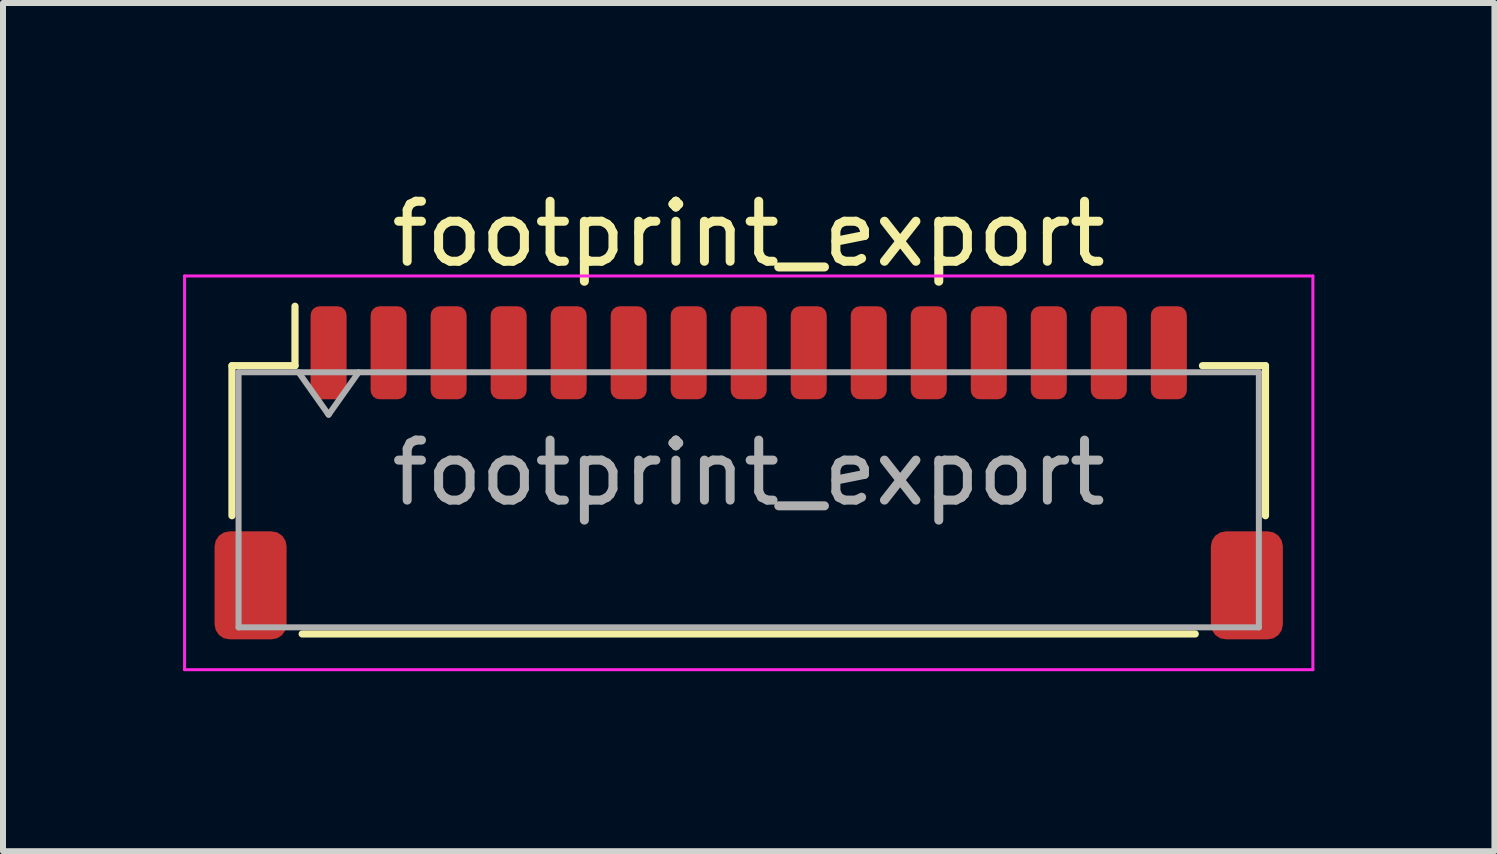
<source format=kicad_pcb>
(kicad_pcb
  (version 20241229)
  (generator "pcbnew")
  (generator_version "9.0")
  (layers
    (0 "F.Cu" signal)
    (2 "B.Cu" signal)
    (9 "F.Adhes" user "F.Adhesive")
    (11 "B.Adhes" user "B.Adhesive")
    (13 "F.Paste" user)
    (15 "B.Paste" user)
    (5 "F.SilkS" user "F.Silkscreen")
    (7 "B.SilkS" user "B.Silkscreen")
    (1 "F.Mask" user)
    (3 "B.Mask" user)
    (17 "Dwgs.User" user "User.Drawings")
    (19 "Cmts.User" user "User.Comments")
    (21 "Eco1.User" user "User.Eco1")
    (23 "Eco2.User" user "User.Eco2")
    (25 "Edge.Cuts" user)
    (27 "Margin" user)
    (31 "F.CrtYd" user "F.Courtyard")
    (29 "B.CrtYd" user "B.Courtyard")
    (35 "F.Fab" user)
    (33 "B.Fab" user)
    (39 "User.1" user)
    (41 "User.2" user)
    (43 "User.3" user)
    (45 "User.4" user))
  (footprint "footprint_export"
    (layer "F.Cu")
    (at 9.425 4.828)
    (property "Reference" "footprint_export" (at 0 -3.98 0) (layer "F.SilkS") (effects (font (size 1 1) (thickness 0.15))))
    (attr smd)
    (fp_line (start -8.61 -1.785) (end -7.56 -1.785) (stroke (width 0.12) (type solid)) (layer "F.SilkS"))
    (fp_line (start -8.61 0.715) (end -8.61 -1.785) (stroke (width 0.12) (type solid)) (layer "F.SilkS"))
    (fp_line (start -7.56 -1.785) (end -7.56 -2.775) (stroke (width 0.12) (type solid)) (layer "F.SilkS"))
    (fp_line (start -7.44 2.685) (end 7.44 2.685) (stroke (width 0.12) (type solid)) (layer "F.SilkS"))
    (fp_line (start 8.61 -1.785) (end 7.56 -1.785) (stroke (width 0.12) (type solid)) (layer "F.SilkS"))
    (fp_line (start 8.61 0.715) (end 8.61 -1.785) (stroke (width 0.12) (type solid)) (layer "F.SilkS"))
    (fp_line (start -9.4 -3.28) (end -9.4 3.28) (stroke (width 0.05) (type solid)) (layer "F.CrtYd"))
    (fp_line (start -9.4 3.28) (end 9.4 3.28) (stroke (width 0.05) (type solid)) (layer "F.CrtYd"))
    (fp_line (start 9.4 -3.28) (end -9.4 -3.28) (stroke (width 0.05) (type solid)) (layer "F.CrtYd"))
    (fp_line (start 9.4 3.28) (end 9.4 -3.28) (stroke (width 0.05) (type solid)) (layer "F.CrtYd"))
    (fp_line (start -8.5 -1.675) (end -8.5 2.575) (stroke (width 0.1) (type solid)) (layer "F.Fab"))
    (fp_line (start -8.5 -1.675) (end 8.5 -1.675) (stroke (width 0.1) (type solid)) (layer "F.Fab"))
    (fp_line (start -8.5 2.575) (end 8.5 2.575) (stroke (width 0.1) (type solid)) (layer "F.Fab"))
    (fp_line (start -7.5 -1.675) (end -7 -0.968) (stroke (width 0.1) (type solid)) (layer "F.Fab"))
    (fp_line (start -7 -0.968) (end -6.5 -1.675) (stroke (width 0.1) (type solid)) (layer "F.Fab"))
    (fp_line (start 8.5 -1.675) (end 8.5 2.575) (stroke (width 0.1) (type solid)) (layer "F.Fab"))
    (fp_text user "${REFERENCE}" (at 0 0 0) (layer "F.Fab") (effects (font (size 1 1) (thickness 0.15))))
    (pad "1" smd roundrect (at -7 -2) (size 0.6 1.55) (layers "F.Cu" "F.Mask" "F.Paste") (roundrect_rratio 0.25))
    (pad "2" smd roundrect (at -6 -2) (size 0.6 1.55) (layers "F.Cu" "F.Mask" "F.Paste") (roundrect_rratio 0.25))
    (pad "3" smd roundrect (at -5 -2) (size 0.6 1.55) (layers "F.Cu" "F.Mask" "F.Paste") (roundrect_rratio 0.25))
    (pad "4" smd roundrect (at -4 -2) (size 0.6 1.55) (layers "F.Cu" "F.Mask" "F.Paste") (roundrect_rratio 0.25))
    (pad "5" smd roundrect (at -3 -2) (size 0.6 1.55) (layers "F.Cu" "F.Mask" "F.Paste") (roundrect_rratio 0.25))
    (pad "6" smd roundrect (at -2 -2) (size 0.6 1.55) (layers "F.Cu" "F.Mask" "F.Paste") (roundrect_rratio 0.25))
    (pad "7" smd roundrect (at -1 -2) (size 0.6 1.55) (layers "F.Cu" "F.Mask" "F.Paste") (roundrect_rratio 0.25))
    (pad "8" smd roundrect (at 0 -2) (size 0.6 1.55) (layers "F.Cu" "F.Mask" "F.Paste") (roundrect_rratio 0.25))
    (pad "9" smd roundrect (at 1 -2) (size 0.6 1.55) (layers "F.Cu" "F.Mask" "F.Paste") (roundrect_rratio 0.25))
    (pad "10" smd roundrect (at 2 -2) (size 0.6 1.55) (layers "F.Cu" "F.Mask" "F.Paste") (roundrect_rratio 0.25))
    (pad "11" smd roundrect (at 3 -2) (size 0.6 1.55) (layers "F.Cu" "F.Mask" "F.Paste") (roundrect_rratio 0.25))
    (pad "12" smd roundrect (at 4 -2) (size 0.6 1.55) (layers "F.Cu" "F.Mask" "F.Paste") (roundrect_rratio 0.25))
    (pad "13" smd roundrect (at 5 -2) (size 0.6 1.55) (layers "F.Cu" "F.Mask" "F.Paste") (roundrect_rratio 0.25))
    (pad "14" smd roundrect (at 6 -2) (size 0.6 1.55) (layers "F.Cu" "F.Mask" "F.Paste") (roundrect_rratio 0.25))
    (pad "15" smd roundrect (at 7 -2) (size 0.6 1.55) (layers "F.Cu" "F.Mask" "F.Paste") (roundrect_rratio 0.25))
    (pad "MP" smd roundrect (at -8.3 1.875) (size 1.2 1.8) (layers "F.Cu" "F.Mask" "F.Paste") (roundrect_rratio 0.208))
    (pad "MP" smd roundrect (at 8.3 1.875) (size 1.2 1.8) (layers "F.Cu" "F.Mask" "F.Paste") (roundrect_rratio 0.208)))
  (gr_rect
    (start -3 -3)
    (end 21.85 11.133)
    (stroke (width 0.1) (type default))
    (fill no)
    (layer "Edge.Cuts")))
</source>
